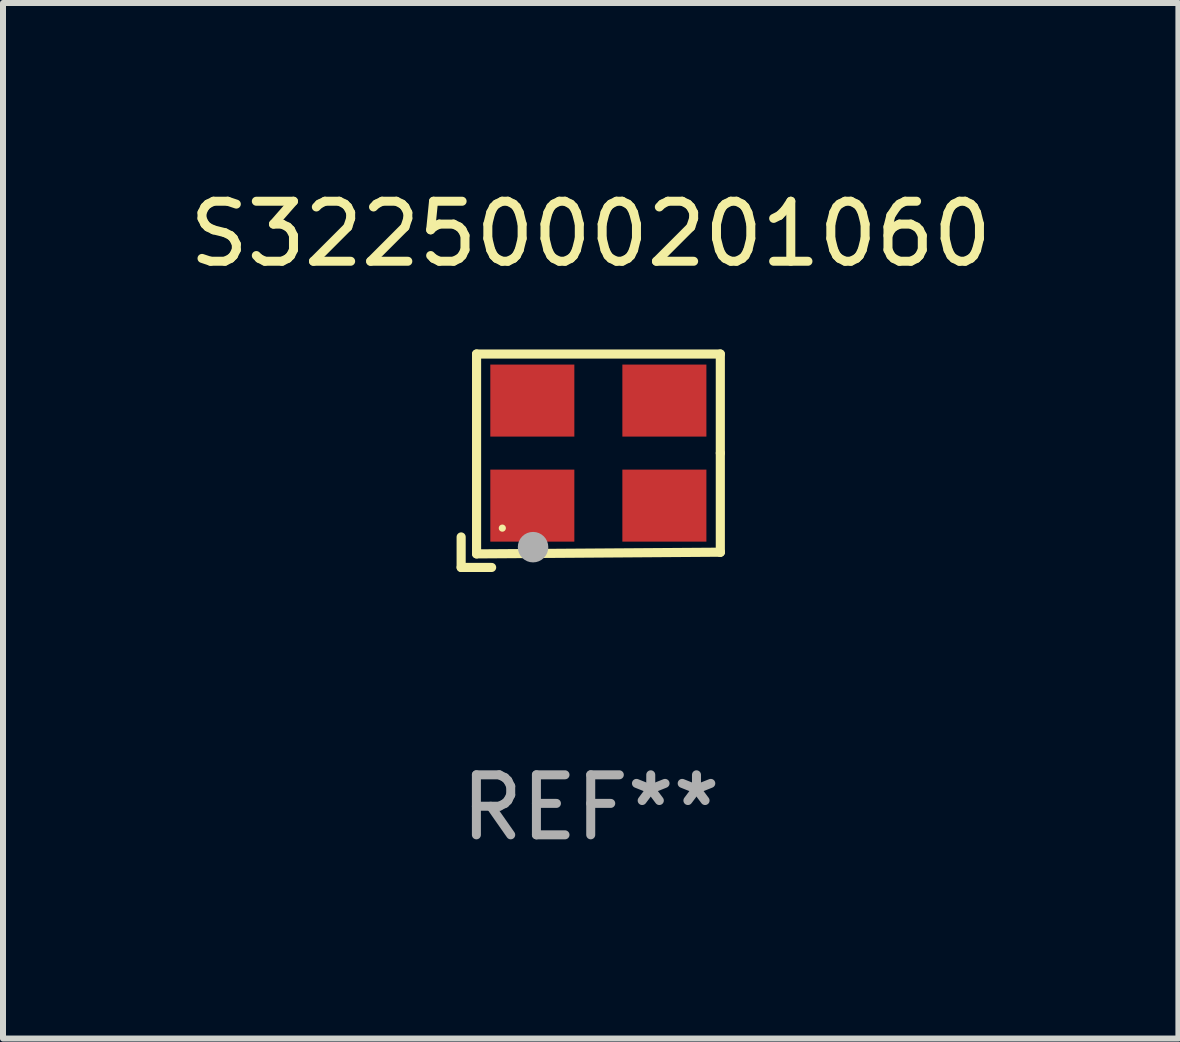
<source format=kicad_pcb>
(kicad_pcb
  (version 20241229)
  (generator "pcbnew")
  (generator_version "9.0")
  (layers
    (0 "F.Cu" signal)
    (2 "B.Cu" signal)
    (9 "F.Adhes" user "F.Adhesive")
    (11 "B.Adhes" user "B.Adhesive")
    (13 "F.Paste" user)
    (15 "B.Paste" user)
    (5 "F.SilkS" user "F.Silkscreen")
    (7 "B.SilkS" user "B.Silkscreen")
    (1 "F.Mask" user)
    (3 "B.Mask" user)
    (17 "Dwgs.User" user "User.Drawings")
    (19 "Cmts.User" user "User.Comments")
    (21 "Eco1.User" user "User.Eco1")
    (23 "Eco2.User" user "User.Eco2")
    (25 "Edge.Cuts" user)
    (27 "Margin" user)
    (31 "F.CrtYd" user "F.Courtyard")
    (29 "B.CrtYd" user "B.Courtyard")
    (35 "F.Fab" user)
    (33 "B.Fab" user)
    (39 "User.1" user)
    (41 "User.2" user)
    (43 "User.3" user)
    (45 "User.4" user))
  (footprint "S3225000201060"
    (layer "F.Cu")
    (at 6.792 4.626)
    (property "Reference" "S3225000201060" (at 0 -3.778 0) (layer "F.SilkS") (effects (font (size 1 1) (thickness 0.15))))
    (attr through_hole)
    (fp_line (start -2.159 1.27) (end -2.159 1.778) (stroke (width 0.152) (type solid)) (layer "F.SilkS"))
    (fp_line (start -2.159 1.778) (end -1.651 1.778) (stroke (width 0.152) (type solid)) (layer "F.SilkS"))
    (fp_line (start -1.902 -1.778) (end 2.159 -1.778) (stroke (width 0.152) (type solid)) (layer "F.SilkS"))
    (fp_line (start -1.902 1.552) (end -1.902 -1.778) (stroke (width 0.152) (type solid)) (layer "F.SilkS"))
    (fp_line (start 2.159 -1.778) (end 2.159 -0.127) (stroke (width 0.152) (type solid)) (layer "F.SilkS"))
    (fp_line (start 2.159 -0.127) (end 2.159 1.524) (stroke (width 0.152) (type solid)) (layer "F.SilkS"))
    (fp_line (start 2.159 1.524) (end -1.902 1.552) (stroke (width 0.152) (type solid)) (layer "F.SilkS"))
    (fp_line (start 2.159 1.524) (end 2.159 1.524) (stroke (width 0.152) (type solid)) (layer "F.SilkS"))
    (fp_circle (center -1.473 1.123) (end -1.443 1.123) (stroke (width 0.06) (type solid)) (fill no) (layer "F.SilkS"))
    (fp_circle (center -0.961 1.44) (end -0.834 1.44) (stroke (width 0.254) (type solid)) (fill no) (layer "F.Fab"))
    (fp_text user "REF**" (at 0 5.778 0) (layer "F.Fab") (effects (font (size 1 1) (thickness 0.15))))
    (pad "1" smd rect (at -0.973 0.748) (size 1.4 1.2) (layers "F.Cu" "F.Mask" "F.Paste"))
    (pad "2" smd rect (at 1.227 0.748) (size 1.4 1.2) (layers "F.Cu" "F.Mask" "F.Paste"))
    (pad "3" smd rect (at 1.227 -1.002) (size 1.4 1.2) (layers "F.Cu" "F.Mask" "F.Paste"))
    (pad "4" smd rect (at -0.973 -1.002) (size 1.4 1.2) (layers "F.Cu" "F.Mask" "F.Paste")))
  (gr_rect
    (start -3 -3)
    (end 16.583 14.253)
    (stroke (width 0.1) (type default))
    (fill no)
    (layer "Edge.Cuts")))
</source>
